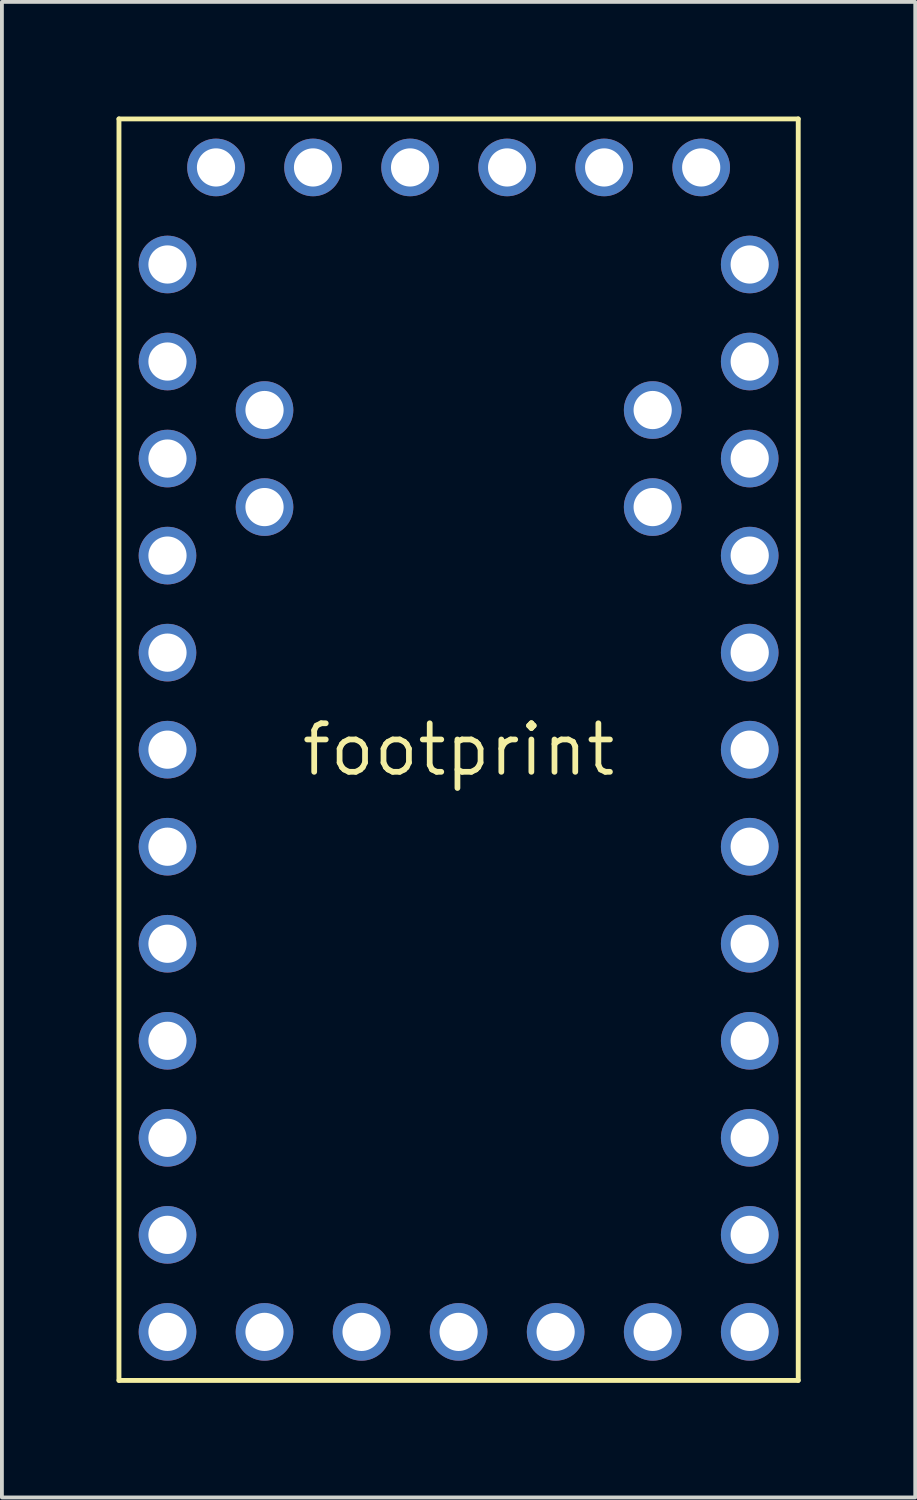
<source format=kicad_pcb>
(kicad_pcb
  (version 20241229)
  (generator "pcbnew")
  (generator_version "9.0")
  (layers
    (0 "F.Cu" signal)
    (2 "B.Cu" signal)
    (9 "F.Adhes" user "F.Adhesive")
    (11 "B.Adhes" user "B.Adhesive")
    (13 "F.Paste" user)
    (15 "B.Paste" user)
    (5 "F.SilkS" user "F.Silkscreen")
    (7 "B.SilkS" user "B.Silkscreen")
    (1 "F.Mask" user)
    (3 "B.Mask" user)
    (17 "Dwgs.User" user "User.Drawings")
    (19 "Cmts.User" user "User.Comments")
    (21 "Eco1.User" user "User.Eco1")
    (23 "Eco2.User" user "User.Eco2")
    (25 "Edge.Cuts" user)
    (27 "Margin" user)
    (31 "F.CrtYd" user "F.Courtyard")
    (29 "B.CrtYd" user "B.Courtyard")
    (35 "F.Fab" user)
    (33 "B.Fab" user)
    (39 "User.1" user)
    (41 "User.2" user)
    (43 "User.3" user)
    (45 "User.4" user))
  (footprint "footprint"
    (layer "F.Cu")
    (at 8.954 16.573)
    (property "Reference" "footprint" (at 0 0 0) (layer "F.SilkS") (effects (font (size 1.27 1.27) (thickness 0.15))))
    (fp_line (start -8.89 -16.51) (end -8.89 16.51) (stroke (width 0.127) (type solid)) (layer "F.SilkS"))
    (fp_line (start -8.89 16.51) (end 8.89 16.51) (stroke (width 0.127) (type solid)) (layer "F.SilkS"))
    (fp_line (start 8.89 -16.51) (end -8.89 -16.51) (stroke (width 0.127) (type solid)) (layer "F.SilkS"))
    (fp_line (start 8.89 16.51) (end 8.89 -16.51) (stroke (width 0.127) (type solid)) (layer "F.SilkS"))
    (pad "2" thru_hole circle (at -7.62 -2.54) (size 1.508 1.508) (drill 1) (layers "*.Cu" "*.Mask"))
    (pad "3" thru_hole circle (at -7.62 0) (size 1.508 1.508) (drill 1) (layers "*.Cu" "*.Mask"))
    (pad "4" thru_hole circle (at -7.62 2.54) (size 1.508 1.508) (drill 1) (layers "*.Cu" "*.Mask"))
    (pad "5" thru_hole circle (at -7.62 5.08) (size 1.508 1.508) (drill 1) (layers "*.Cu" "*.Mask"))
    (pad "6" thru_hole circle (at -7.62 7.62) (size 1.508 1.508) (drill 1) (layers "*.Cu" "*.Mask"))
    (pad "7" thru_hole circle (at -7.62 10.16) (size 1.508 1.508) (drill 1) (layers "*.Cu" "*.Mask"))
    (pad "8" thru_hole circle (at -7.62 12.7) (size 1.508 1.508) (drill 1) (layers "*.Cu" "*.Mask"))
    (pad "9" thru_hole circle (at -7.62 15.24) (size 1.508 1.508) (drill 1) (layers "*.Cu" "*.Mask"))
    (pad "10" thru_hole circle (at 7.62 15.24) (size 1.508 1.508) (drill 1) (layers "*.Cu" "*.Mask"))
    (pad "11" thru_hole circle (at 7.62 12.7) (size 1.508 1.508) (drill 1) (layers "*.Cu" "*.Mask"))
    (pad "12" thru_hole circle (at 7.62 10.16) (size 1.508 1.508) (drill 1) (layers "*.Cu" "*.Mask"))
    (pad "13" thru_hole circle (at 7.62 7.62) (size 1.508 1.508) (drill 1) (layers "*.Cu" "*.Mask"))
    (pad "485A" thru_hole circle (at -2.54 15.24 90) (size 1.508 1.508) (drill 1) (layers "*.Cu" "*.Mask"))
    (pad "485B" thru_hole circle (at -5.08 15.24 90) (size 1.508 1.508) (drill 1) (layers "*.Cu" "*.Mask"))
    (pad "A0" thru_hole circle (at 7.62 5.08) (size 1.508 1.508) (drill 1) (layers "*.Cu" "*.Mask"))
    (pad "A1" thru_hole circle (at 7.62 2.54) (size 1.508 1.508) (drill 1) (layers "*.Cu" "*.Mask"))
    (pad "A2" thru_hole circle (at 7.62 0) (size 1.508 1.508) (drill 1) (layers "*.Cu" "*.Mask"))
    (pad "A3" thru_hole circle (at 7.62 -2.54) (size 1.508 1.508) (drill 1) (layers "*.Cu" "*.Mask"))
    (pad "A4" thru_hole circle (at 5.08 -6.35) (size 1.508 1.508) (drill 1) (layers "*.Cu" "*.Mask"))
    (pad "A5" thru_hole circle (at 5.08 -8.89) (size 1.508 1.508) (drill 1) (layers "*.Cu" "*.Mask"))
    (pad "A6" thru_hole circle (at -5.08 -6.35) (size 1.508 1.508) (drill 1) (layers "*.Cu" "*.Mask"))
    (pad "A7" thru_hole circle (at -5.08 -8.89) (size 1.508 1.508) (drill 1) (layers "*.Cu" "*.Mask"))
    (pad "CANHI" thru_hole circle (at 2.54 15.24 270) (size 1.508 1.508) (drill 1) (layers "*.Cu" "*.Mask"))
    (pad "CANLO" thru_hole circle (at 5.08 15.24 90) (size 1.508 1.508) (drill 1) (layers "*.Cu" "*.Mask"))
    (pad "CTS" thru_hole circle (at -3.81 -15.24 90) (size 1.508 1.508) (drill 1) (layers "*.Cu" "*.Mask"))
    (pad "DTR" thru_hole circle (at 6.35 -15.24 90) (size 1.508 1.508) (drill 1) (layers "*.Cu" "*.Mask"))
    (pad "GND1" thru_hole circle (at -7.62 -5.08) (size 1.508 1.508) (drill 1) (layers "*.Cu" "*.Mask"))
    (pad "GND2" thru_hole circle (at 7.62 -10.16) (size 1.508 1.508) (drill 1) (layers "*.Cu" "*.Mask"))
    (pad "GND3" thru_hole circle (at 0 15.24 90) (size 1.508 1.508) (drill 1) (layers "*.Cu" "*.Mask"))
    (pad "GND4" thru_hole circle (at -6.35 -15.24 90) (size 1.508 1.508) (drill 1) (layers "*.Cu" "*.Mask"))
    (pad "RAW" thru_hole circle (at 7.62 -12.7) (size 1.508 1.508) (drill 1) (layers "*.Cu" "*.Mask"))
    (pad "RST" thru_hole circle (at 7.62 -7.62) (size 1.508 1.508) (drill 1) (layers "*.Cu" "*.Mask"))
    (pad "RST1" thru_hole circle (at -7.62 -7.62) (size 1.508 1.508) (drill 1) (layers "*.Cu" "*.Mask"))
    (pad "RXI" thru_hole circle (at 1.27 -15.24 90) (size 1.508 1.508) (drill 1) (layers "*.Cu" "*.Mask"))
    (pad "RXI1" thru_hole circle (at -7.62 -10.16) (size 1.508 1.508) (drill 1) (layers "*.Cu" "*.Mask"))
    (pad "TXO" thru_hole circle (at 3.81 -15.24 90) (size 1.508 1.508) (drill 1) (layers "*.Cu" "*.Mask"))
    (pad "TXO1" thru_hole circle (at -7.62 -12.7) (size 1.508 1.508) (drill 1) (layers "*.Cu" "*.Mask"))
    (pad "VCC" thru_hole circle (at 7.62 -5.08) (size 1.508 1.508) (drill 1) (layers "*.Cu" "*.Mask"))
    (pad "VCC1" thru_hole circle (at -1.27 -15.24 90) (size 1.508 1.508) (drill 1) (layers "*.Cu" "*.Mask")))
  (gr_rect
    (start -3 -3)
    (end 20.907 36.147)
    (stroke (width 0.1) (type default))
    (fill no)
    (layer "Edge.Cuts")))
</source>
